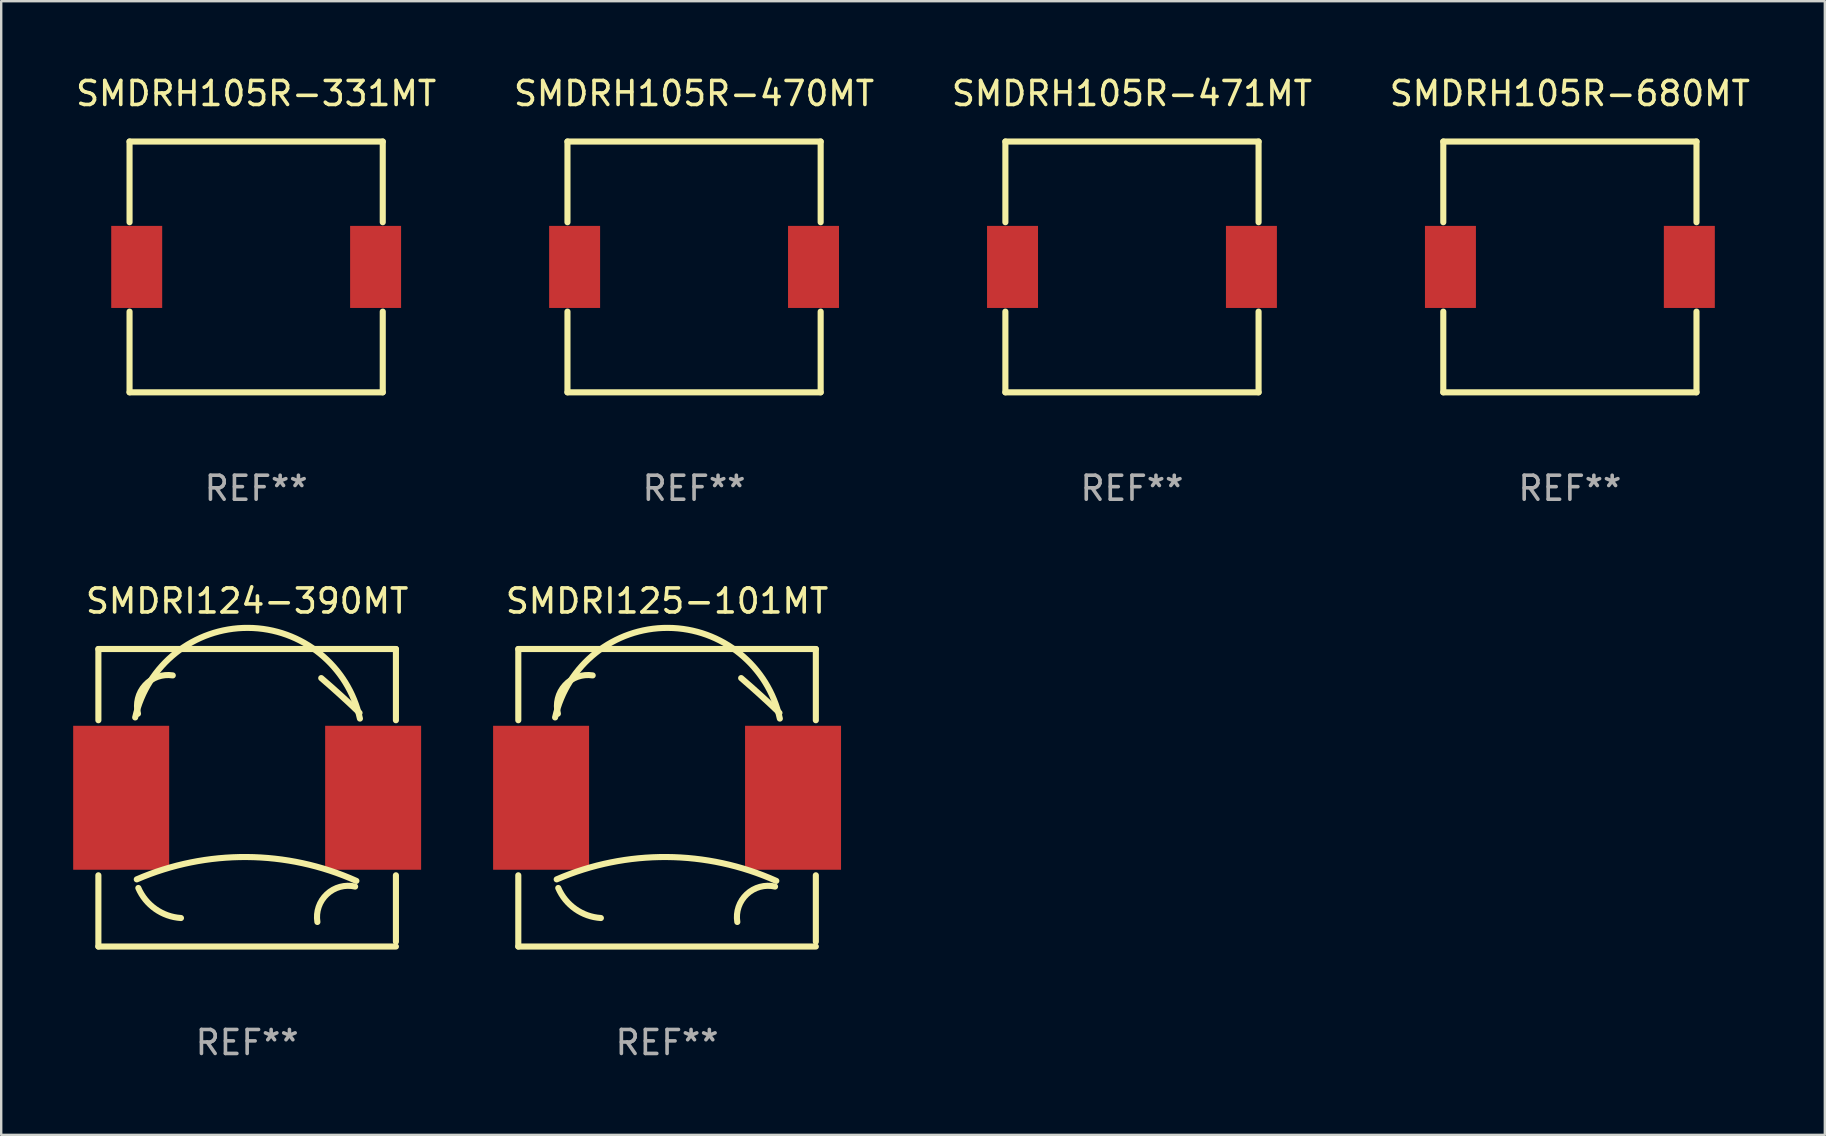
<source format=kicad_pcb>
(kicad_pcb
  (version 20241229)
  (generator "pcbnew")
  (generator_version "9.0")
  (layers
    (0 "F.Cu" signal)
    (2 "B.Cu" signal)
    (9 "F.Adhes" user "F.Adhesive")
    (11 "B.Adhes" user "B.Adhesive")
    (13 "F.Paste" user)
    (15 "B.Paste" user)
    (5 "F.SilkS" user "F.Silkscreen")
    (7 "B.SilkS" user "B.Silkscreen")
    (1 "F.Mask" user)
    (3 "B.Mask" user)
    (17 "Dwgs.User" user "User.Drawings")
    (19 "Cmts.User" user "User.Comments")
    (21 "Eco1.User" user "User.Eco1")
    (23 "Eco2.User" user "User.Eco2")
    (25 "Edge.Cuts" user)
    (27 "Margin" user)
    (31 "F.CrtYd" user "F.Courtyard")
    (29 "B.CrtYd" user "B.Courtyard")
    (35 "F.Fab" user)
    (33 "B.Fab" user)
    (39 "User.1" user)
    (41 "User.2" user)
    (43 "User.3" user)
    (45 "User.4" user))
  (footprint "SMDRH105R-331MT"
    (layer "F.Cu")
    (at 7.625 8.074)
    (property "Reference" "SMDRH105R-331MT" (at 0 -7.226 0) (layer "F.SilkS") (effects (font (size 1 1) (thickness 0.15))))
    (attr through_hole)
    (fp_line (start -5.276 -5.226) (end 5.276 -5.226) (stroke (width 0.254) (type solid)) (layer "F.SilkS"))
    (fp_line (start -5.276 -1.862) (end -5.276 -5.226) (stroke (width 0.254) (type solid)) (layer "F.SilkS"))
    (fp_line (start -5.276 1.862) (end -5.276 5.226) (stroke (width 0.254) (type solid)) (layer "F.SilkS"))
    (fp_line (start -5.276 5.226) (end 5.276 5.226) (stroke (width 0.254) (type solid)) (layer "F.SilkS"))
    (fp_line (start 5.276 -5.226) (end 5.276 -1.862) (stroke (width 0.254) (type solid)) (layer "F.SilkS"))
    (fp_line (start 5.276 5.226) (end 5.276 1.862) (stroke (width 0.254) (type solid)) (layer "F.SilkS"))
    (fp_circle (center 5.2 -5.15) (end 5.23 -5.15) (stroke (width 0.06) (type solid)) (fill no) (layer "F.SilkS"))
    (fp_text user "REF**" (at 0 9.226 0) (layer "F.Fab") (effects (font (size 1 1) (thickness 0.15))))
    (pad "1" smd rect (at 4.978 0) (size 2.124 3.42) (layers "F.Cu" "F.Mask" "F.Paste"))
    (pad "2" smd rect (at -4.978 0) (size 2.124 3.42) (layers "F.Cu" "F.Mask" "F.Paste")))
  (footprint "SMDRI125-101MT"
    (layer "F.Cu")
    (at 24.75 30.197)
    (property "Reference" "SMDRI125-101MT" (at 0 -8.2 0) (layer "F.SilkS") (effects (font (size 1 1) (thickness 0.15))))
    (attr through_hole)
    (fp_line (start -6.2 -6.2) (end -6.2 -3.231) (stroke (width 0.254) (type solid)) (layer "F.SilkS"))
    (fp_line (start -6.2 -6.2) (end 6.2 -6.2) (stroke (width 0.254) (type solid)) (layer "F.SilkS"))
    (fp_line (start -6.2 3.231) (end -6.2 6.2) (stroke (width 0.254) (type solid)) (layer "F.SilkS"))
    (fp_line (start -6.2 6.2) (end 6.2 6.2) (stroke (width 0.254) (type solid)) (layer "F.SilkS"))
    (fp_line (start 6.2 -6.2) (end 6.2 -3.231) (stroke (width 0.254) (type solid)) (layer "F.SilkS"))
    (fp_line (start 6.2 3.231) (end 6.2 6) (stroke (width 0.254) (type solid)) (layer "F.SilkS"))
    (fp_arc (start -4.666268 -3.347523) (mid 0.035925 -7.080035) (end 4.7 -3.3) (stroke (width 0.254001) (type solid)) (layer "F.SilkS"))
    (fp_arc (start -4.6 3.4) (mid -0.017181 2.469621) (end 4.552248 3.463678) (stroke (width 0.254001) (type solid)) (layer "F.SilkS"))
    (fp_arc (start -4.54986 -3.504115) (mid -4.254361 -4.692196) (end -3.1 -5.099999) (stroke (width 0.254001) (type solid)) (layer "F.SilkS"))
    (fp_arc (start -2.758293 5.011176) (mid -3.822943 4.635946) (end -4.534316 3.759462) (stroke (width 0.254001) (type solid)) (layer "F.SilkS"))
    (fp_arc (start 2.927153 5.17587) (mid 3.321583 4.020185) (end 4.5 3.7) (stroke (width 0.254001) (type solid)) (layer "F.SilkS"))
    (fp_arc (start 3.08763 -4.988189) (mid 3.895745 -4.274456) (end 4.683515 -3.538329) (stroke (width 0.254001) (type solid)) (layer "F.SilkS"))
    (fp_circle (center -6.15 6.15) (end -6.12 6.15) (stroke (width 0.06) (type solid)) (fill no) (layer "F.SilkS"))
    (fp_text user "REF**" (at 0 10.2 0) (layer "F.Fab") (effects (font (size 1 1) (thickness 0.15))))
    (pad "1" smd rect (at -5.25 0) (size 4 6) (layers "F.Cu" "F.Mask" "F.Paste"))
    (pad "2" smd rect (at 5.25 0) (size 4 6) (layers "F.Cu" "F.Mask" "F.Paste")))
  (footprint "SMDRI124-390MT"
    (layer "F.Cu")
    (at 7.25 30.197)
    (property "Reference" "SMDRI124-390MT" (at 0 -8.2 0) (layer "F.SilkS") (effects (font (size 1 1) (thickness 0.15))))
    (attr through_hole)
    (fp_line (start -6.2 -6.2) (end -6.2 -3.231) (stroke (width 0.254) (type solid)) (layer "F.SilkS"))
    (fp_line (start -6.2 -6.2) (end 6.2 -6.2) (stroke (width 0.254) (type solid)) (layer "F.SilkS"))
    (fp_line (start -6.2 3.231) (end -6.2 6.2) (stroke (width 0.254) (type solid)) (layer "F.SilkS"))
    (fp_line (start -6.2 6.2) (end 6.2 6.2) (stroke (width 0.254) (type solid)) (layer "F.SilkS"))
    (fp_line (start 6.2 -6.2) (end 6.2 -3.231) (stroke (width 0.254) (type solid)) (layer "F.SilkS"))
    (fp_line (start 6.2 3.231) (end 6.2 6) (stroke (width 0.254) (type solid)) (layer "F.SilkS"))
    (fp_arc (start -4.666268 -3.347523) (mid 0.035925 -7.080035) (end 4.7 -3.3) (stroke (width 0.254001) (type solid)) (layer "F.SilkS"))
    (fp_arc (start -4.6 3.4) (mid -0.017181 2.469621) (end 4.552248 3.463678) (stroke (width 0.254001) (type solid)) (layer "F.SilkS"))
    (fp_arc (start -4.54986 -3.504115) (mid -4.254361 -4.692196) (end -3.1 -5.099999) (stroke (width 0.254001) (type solid)) (layer "F.SilkS"))
    (fp_arc (start -2.758293 5.011176) (mid -3.822943 4.635946) (end -4.534316 3.759462) (stroke (width 0.254001) (type solid)) (layer "F.SilkS"))
    (fp_arc (start 2.927153 5.17587) (mid 3.321583 4.020185) (end 4.5 3.7) (stroke (width 0.254001) (type solid)) (layer "F.SilkS"))
    (fp_arc (start 3.08763 -4.988189) (mid 3.895745 -4.274456) (end 4.683515 -3.538329) (stroke (width 0.254001) (type solid)) (layer "F.SilkS"))
    (fp_circle (center -6.15 6.15) (end -6.12 6.15) (stroke (width 0.06) (type solid)) (fill no) (layer "F.SilkS"))
    (fp_text user "REF**" (at 0 10.2 0) (layer "F.Fab") (effects (font (size 1 1) (thickness 0.15))))
    (pad "1" smd rect (at -5.25 0) (size 4 6) (layers "F.Cu" "F.Mask" "F.Paste"))
    (pad "2" smd rect (at 5.25 0) (size 4 6) (layers "F.Cu" "F.Mask" "F.Paste")))
  (footprint "SMDRH105R-470MT"
    (layer "F.Cu")
    (at 25.875 8.074)
    (property "Reference" "SMDRH105R-470MT" (at 0 -7.226 0) (layer "F.SilkS") (effects (font (size 1 1) (thickness 0.15))))
    (attr through_hole)
    (fp_line (start -5.276 -5.226) (end 5.276 -5.226) (stroke (width 0.254) (type solid)) (layer "F.SilkS"))
    (fp_line (start -5.276 -1.862) (end -5.276 -5.226) (stroke (width 0.254) (type solid)) (layer "F.SilkS"))
    (fp_line (start -5.276 1.862) (end -5.276 5.226) (stroke (width 0.254) (type solid)) (layer "F.SilkS"))
    (fp_line (start -5.276 5.226) (end 5.276 5.226) (stroke (width 0.254) (type solid)) (layer "F.SilkS"))
    (fp_line (start 5.276 -5.226) (end 5.276 -1.862) (stroke (width 0.254) (type solid)) (layer "F.SilkS"))
    (fp_line (start 5.276 5.226) (end 5.276 1.862) (stroke (width 0.254) (type solid)) (layer "F.SilkS"))
    (fp_circle (center 5.2 -5.15) (end 5.23 -5.15) (stroke (width 0.06) (type solid)) (fill no) (layer "F.SilkS"))
    (fp_text user "REF**" (at 0 9.226 0) (layer "F.Fab") (effects (font (size 1 1) (thickness 0.15))))
    (pad "1" smd rect (at 4.978 0) (size 2.124 3.42) (layers "F.Cu" "F.Mask" "F.Paste"))
    (pad "2" smd rect (at -4.978 0) (size 2.124 3.42) (layers "F.Cu" "F.Mask" "F.Paste")))
  (footprint "SMDRH105R-471MT"
    (layer "F.Cu")
    (at 44.125 8.074)
    (property "Reference" "SMDRH105R-471MT" (at 0 -7.226 0) (layer "F.SilkS") (effects (font (size 1 1) (thickness 0.15))))
    (attr through_hole)
    (fp_line (start -5.276 -5.226) (end 5.276 -5.226) (stroke (width 0.254) (type solid)) (layer "F.SilkS"))
    (fp_line (start -5.276 -1.862) (end -5.276 -5.226) (stroke (width 0.254) (type solid)) (layer "F.SilkS"))
    (fp_line (start -5.276 1.862) (end -5.276 5.226) (stroke (width 0.254) (type solid)) (layer "F.SilkS"))
    (fp_line (start -5.276 5.226) (end 5.276 5.226) (stroke (width 0.254) (type solid)) (layer "F.SilkS"))
    (fp_line (start 5.276 -5.226) (end 5.276 -1.862) (stroke (width 0.254) (type solid)) (layer "F.SilkS"))
    (fp_line (start 5.276 5.226) (end 5.276 1.862) (stroke (width 0.254) (type solid)) (layer "F.SilkS"))
    (fp_circle (center 5.2 -5.15) (end 5.23 -5.15) (stroke (width 0.06) (type solid)) (fill no) (layer "F.SilkS"))
    (fp_text user "REF**" (at 0 9.226 0) (layer "F.Fab") (effects (font (size 1 1) (thickness 0.15))))
    (pad "1" smd rect (at 4.978 0) (size 2.124 3.42) (layers "F.Cu" "F.Mask" "F.Paste"))
    (pad "2" smd rect (at -4.978 0) (size 2.124 3.42) (layers "F.Cu" "F.Mask" "F.Paste")))
  (footprint "SMDRH105R-680MT"
    (layer "F.Cu")
    (at 62.375 8.074)
    (property "Reference" "SMDRH105R-680MT" (at 0 -7.226 0) (layer "F.SilkS") (effects (font (size 1 1) (thickness 0.15))))
    (attr through_hole)
    (fp_line (start -5.276 -5.226) (end 5.276 -5.226) (stroke (width 0.254) (type solid)) (layer "F.SilkS"))
    (fp_line (start -5.276 -1.862) (end -5.276 -5.226) (stroke (width 0.254) (type solid)) (layer "F.SilkS"))
    (fp_line (start -5.276 1.862) (end -5.276 5.226) (stroke (width 0.254) (type solid)) (layer "F.SilkS"))
    (fp_line (start -5.276 5.226) (end 5.276 5.226) (stroke (width 0.254) (type solid)) (layer "F.SilkS"))
    (fp_line (start 5.276 -5.226) (end 5.276 -1.862) (stroke (width 0.254) (type solid)) (layer "F.SilkS"))
    (fp_line (start 5.276 5.226) (end 5.276 1.862) (stroke (width 0.254) (type solid)) (layer "F.SilkS"))
    (fp_circle (center 5.2 -5.15) (end 5.23 -5.15) (stroke (width 0.06) (type solid)) (fill no) (layer "F.SilkS"))
    (fp_text user "REF**" (at 0 9.226 0) (layer "F.Fab") (effects (font (size 1 1) (thickness 0.15))))
    (pad "1" smd rect (at 4.978 0) (size 2.124 3.42) (layers "F.Cu" "F.Mask" "F.Paste"))
    (pad "2" smd rect (at -4.978 0) (size 2.124 3.42) (layers "F.Cu" "F.Mask" "F.Paste")))
  (gr_rect
    (start -3 -3)
    (end 73 44.245)
    (stroke (width 0.1) (type default))
    (fill no)
    (layer "Edge.Cuts")))
</source>
